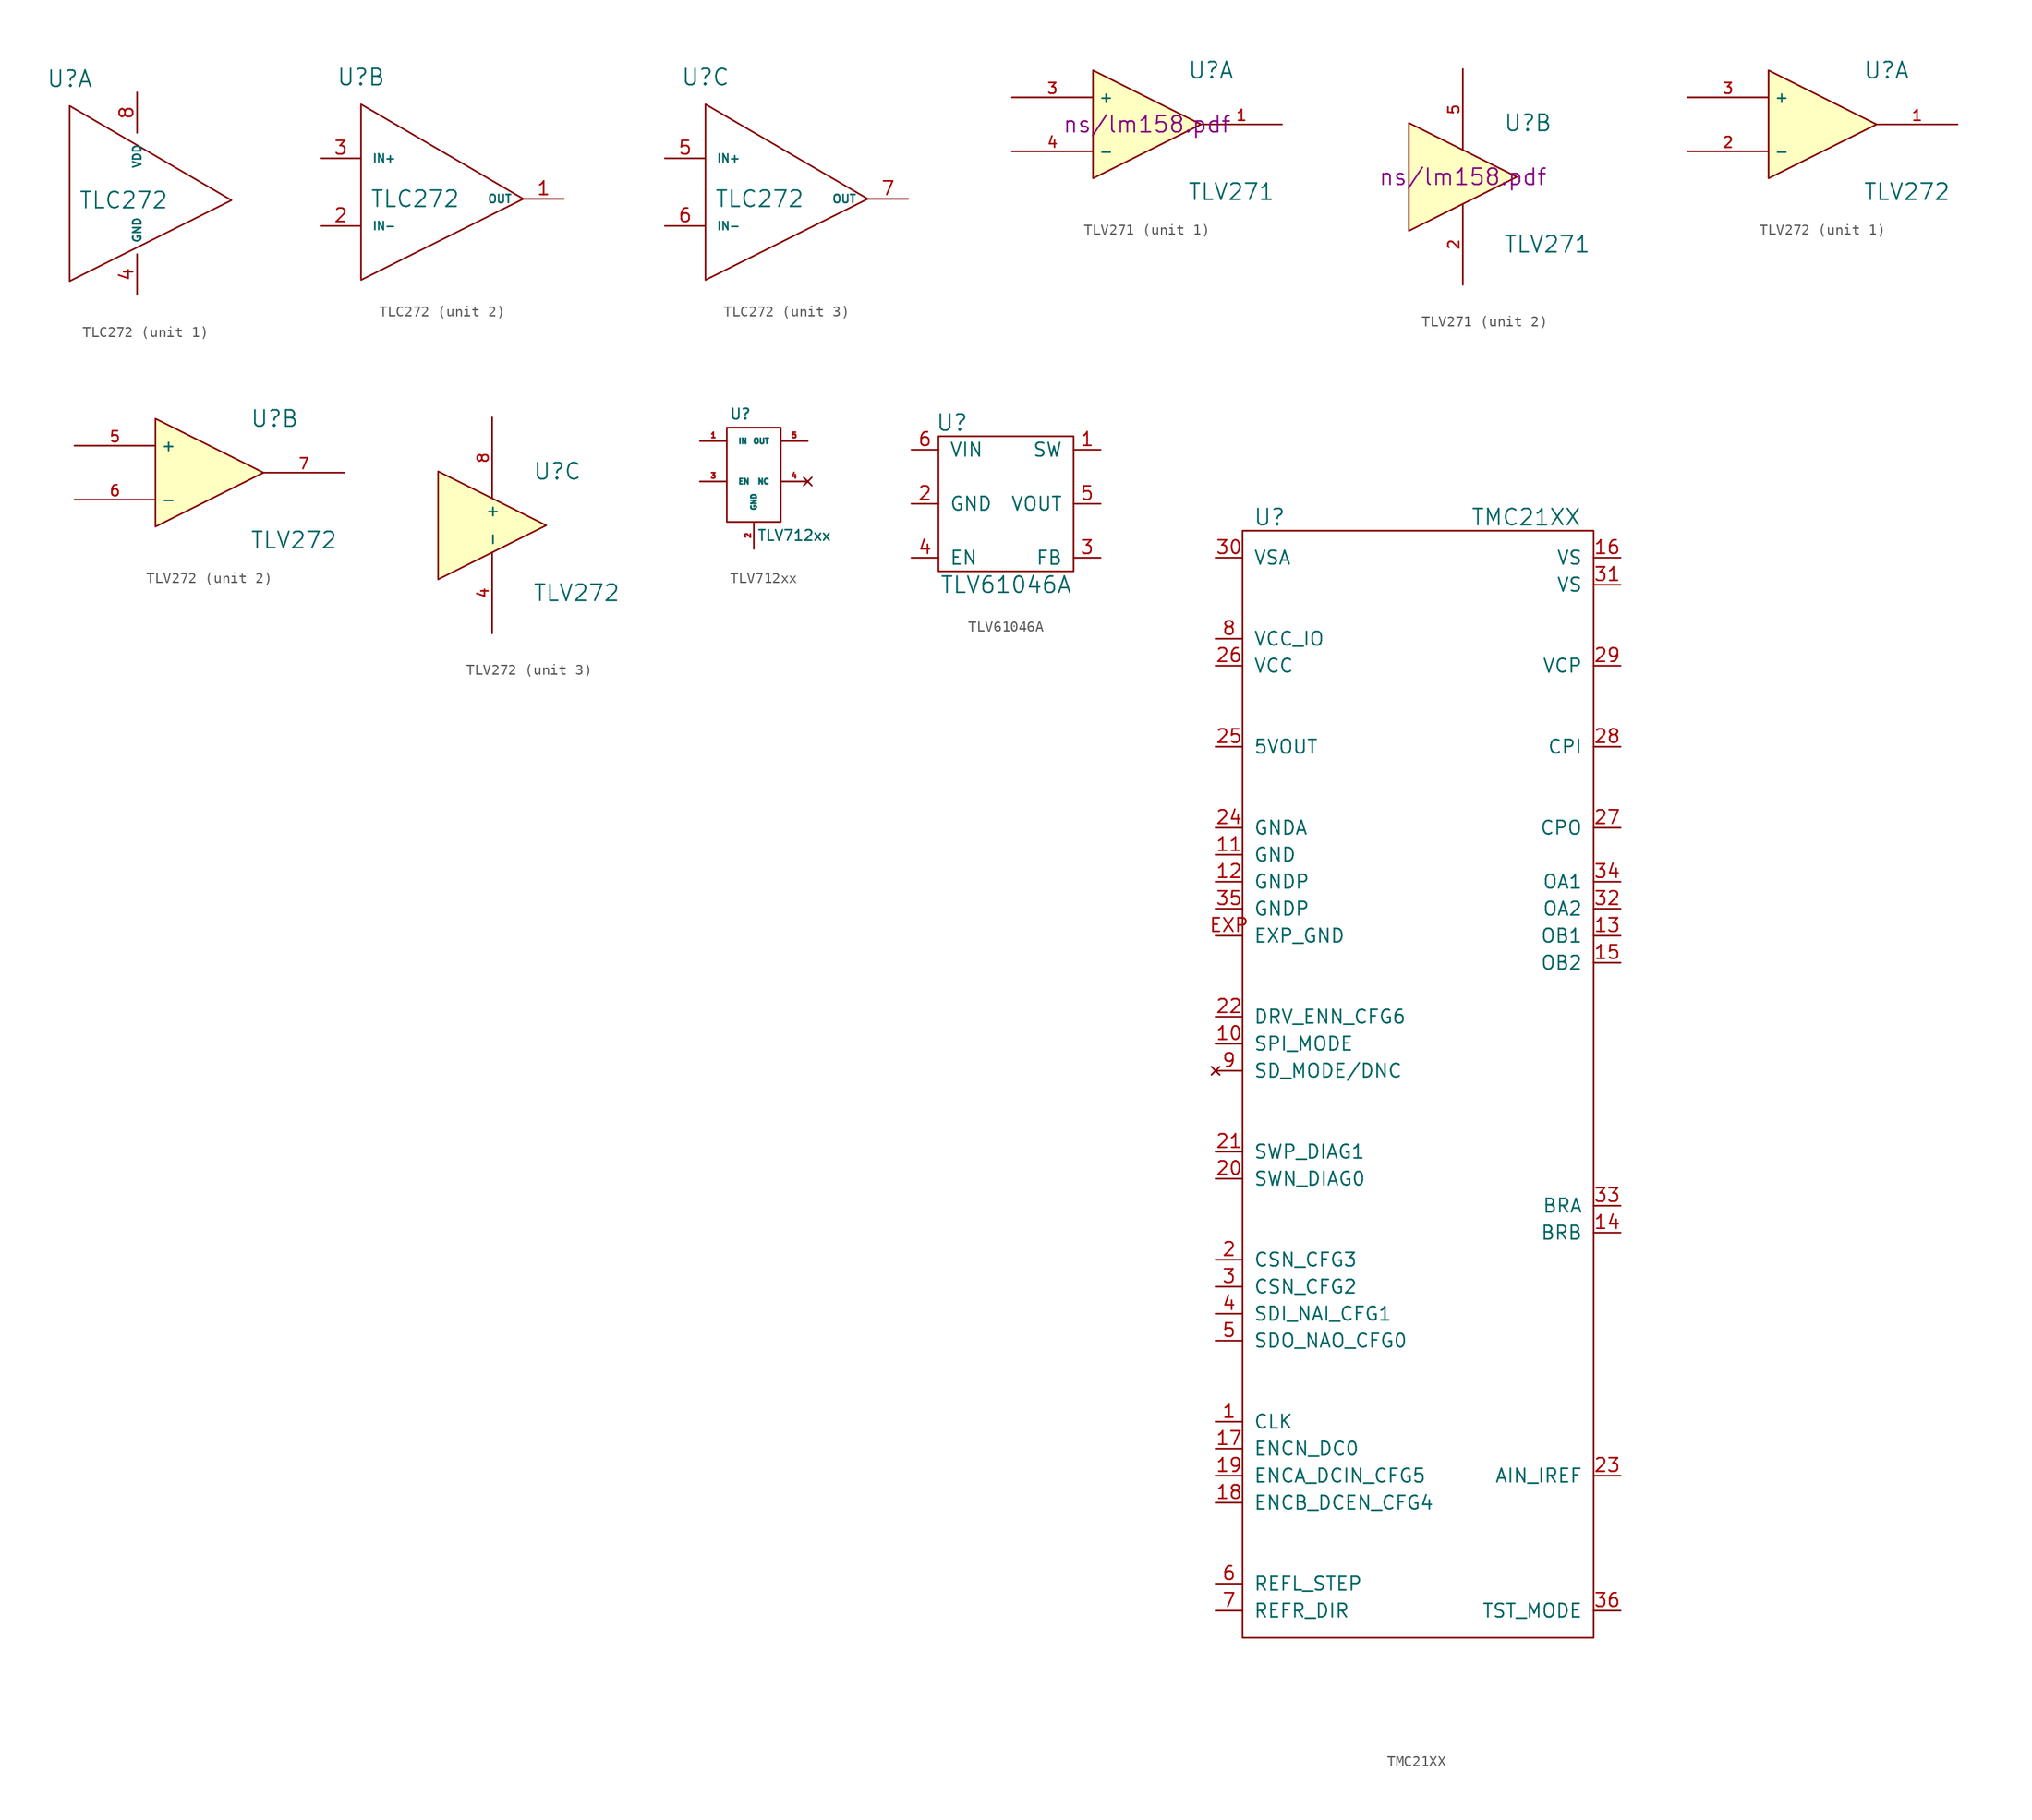
<source format=kicad_sym>
(kicad_symbol_lib
  (version 20211014)
  (generator kicad_symbol_editor)
  (symbol "TLC272"
    (pin_names
      (offset 1.016))
    (property "Reference" "U"
      (at -7.62 11.43 0)
      (effects (font (size 1.524 1.524))))
    (property "Value" "TLC272"
      (at -2.54 0 0)
      (effects (font (size 1.524 1.524))))
    (property "Footprint" ""
      (at 0 0 0)
      (effects (font (size 1.524 1.524))))
    (property "Datasheet" ""
      (at 0 0 0)
      (effects (font (size 1.524 1.524))))
    (symbol "TLC272_0_1"
      (polyline (pts (xy -7.62 8.89) (xy -7.62 -7.62) (xy 7.62 0) (xy -7.62 8.89)) (stroke (width 0) (type default) (color 0 0 0 0)) (fill (type none))))
    (symbol "TLC272_1_1"
      (pin power_in line (at -1.27 -8.89 90) (length 3.81) (name "GND" (effects (font (size 0.762 0.762)))) (number "4" (effects (font (size 1.27 1.27)))))
      (pin power_in line (at -1.27 10.16 270) (length 3.81) (name "VDD" (effects (font (size 0.762 0.762)))) (number "8" (effects (font (size 1.27 1.27))))))
    (symbol "TLC272_2_1"
      (pin output line (at 11.43 0 180) (length 3.81) (name "OUT" (effects (font (size 0.762 0.762)))) (number "1" (effects (font (size 1.27 1.27)))))
      (pin input line (at -11.43 -2.54 0) (length 3.81) (name "IN-" (effects (font (size 0.762 0.762)))) (number "2" (effects (font (size 1.27 1.27)))))
      (pin input line (at -11.43 3.81 0) (length 3.81) (name "IN+" (effects (font (size 0.762 0.762)))) (number "3" (effects (font (size 1.27 1.27))))))
    (symbol "TLC272_3_1"
      (pin input line (at -11.43 3.81 0) (length 3.81) (name "IN+" (effects (font (size 0.762 0.762)))) (number "5" (effects (font (size 1.27 1.27)))))
      (pin input line (at -11.43 -2.54 0) (length 3.81) (name "IN-" (effects (font (size 0.762 0.762)))) (number "6" (effects (font (size 1.27 1.27)))))
      (pin output line (at 11.43 0 180) (length 3.81) (name "OUT" (effects (font (size 0.762 0.762)))) (number "7" (effects (font (size 1.27 1.27)))))))
  (symbol "TLV271"
    (property "Reference" "U"
      (at 3.81 5.08 0)
      (effects (font (size 1.524 1.524)) (justify left)))
    (property "Value" "TLV271"
      (at 3.81 -6.35 0)
      (effects (font (size 1.524 1.524)) (justify left)))
    (property "Footprint" ""
      (at 0 0 0)
      (effects (font (size 1.524 1.524))))
    (property "Datasheet" "ns/lm158.pdf"
      (at 0 0 0)
      (effects (font (size 1.524 1.524))))
    (property "ki_locked" ""
      (at 0 0 0)
      (effects (font (size 1.27 1.27))))
    (symbol "TLV271_0_1"
      (polyline (pts (xy -5.08 5.08) (xy 5.08 0) (xy -5.08 -5.08) (xy -5.08 5.08)) (stroke (width 0.152) (type default) (color 0 0 0 0)) (fill (type background))))
    (symbol "TLV271_1_1"
      (pin output line (at 12.7 0 180) (length 7.62) (name "~" (effects (font (size 1.016 1.016)))) (number "1" (effects (font (size 1.016 1.016)))))
      (pin input line (at -12.7 2.54 0) (length 7.62) (name "+" (effects (font (size 1.016 1.016)))) (number "3" (effects (font (size 1.016 1.016)))))
      (pin input line (at -12.7 -2.54 0) (length 7.62) (name "-" (effects (font (size 1.016 1.016)))) (number "4" (effects (font (size 1.016 1.016))))))
    (symbol "TLV271_2_1"
      (pin passive line (at 0 -10.16 90) (length 7.62) (name "~" (effects (font (size 1.016 1.016)))) (number "2" (effects (font (size 1.016 1.016)))))
      (pin passive line (at 0 10.16 270) (length 7.62) (name "~" (effects (font (size 1.016 1.016)))) (number "5" (effects (font (size 1.016 1.016)))))))
  (symbol "TLV272"
    (property "Reference" "U"
      (at 3.81 5.08 0)
      (effects (font (size 1.524 1.524)) (justify left)))
    (property "Value" "TLV272"
      (at 3.81 -6.35 0)
      (effects (font (size 1.524 1.524)) (justify left)))
    (property "Footprint" ""
      (at 0 0 0)
      (effects (font (size 1.524 1.524))))
    (property "Datasheet" ""
      (at 0 0 0)
      (effects (font (size 1.524 1.524))))
    (property "ki_locked" ""
      (at 0 0 0)
      (effects (font (size 1.27 1.27))))
    (symbol "TLV272_0_1"
      (polyline (pts (xy -5.08 5.08) (xy 5.08 0) (xy -5.08 -5.08) (xy -5.08 5.08)) (stroke (width 0.152) (type default) (color 0 0 0 0)) (fill (type background))))
    (symbol "TLV272_1_1"
      (pin output line (at 12.7 0 180) (length 7.62) (name "~" (effects (font (size 1.016 1.016)))) (number "1" (effects (font (size 1.016 1.016)))))
      (pin input line (at -12.7 -2.54 0) (length 7.62) (name "-" (effects (font (size 1.016 1.016)))) (number "2" (effects (font (size 1.016 1.016)))))
      (pin input line (at -12.7 2.54 0) (length 7.62) (name "+" (effects (font (size 1.016 1.016)))) (number "3" (effects (font (size 1.016 1.016))))))
    (symbol "TLV272_2_1"
      (pin passive line (at -12.7 2.54 0) (length 7.62) (name "+" (effects (font (size 1.016 1.016)))) (number "5" (effects (font (size 1.016 1.016)))))
      (pin passive line (at -12.7 -2.54 0) (length 7.62) (name "-" (effects (font (size 1.016 1.016)))) (number "6" (effects (font (size 1.016 1.016)))))
      (pin passive line (at 12.7 0 180) (length 7.62) (name "~" (effects (font (size 1.016 1.016)))) (number "7" (effects (font (size 1.016 1.016))))))
    (symbol "TLV272_3_1"
      (pin input line (at 0 -10.16 90) (length 7.62) (name "-" (effects (font (size 1.016 1.016)))) (number "4" (effects (font (size 1.016 1.016)))))
      (pin input line (at 0 10.16 270) (length 7.62) (name "+" (effects (font (size 1.016 1.016)))) (number "8" (effects (font (size 1.016 1.016)))))))
  (symbol "TLV712xx"
    (pin_names
      (offset 1.016))
    (property "Reference" "U"
      (at -1.27 6.35 0)
      (effects (font (size 0.991 0.991))))
    (property "Value" "TLV712xx"
      (at 3.81 -5.08 0)
      (effects (font (size 0.991 0.991))))
    (symbol "TLV712xx_0_0"
      (pin passive line (at -5.08 3.81 0) (length 2.54) (name "IN" (effects (font (size 0.508 0.508)))) (number "1" (effects (font (size 0.508 0.508)))))
      (pin passive line (at 0 -6.35 90) (length 2.54) (name "GND" (effects (font (size 0.508 0.508)))) (number "2" (effects (font (size 0.508 0.508)))))
      (pin passive line (at -5.08 0 0) (length 2.54) (name "EN" (effects (font (size 0.508 0.508)))) (number "3" (effects (font (size 0.508 0.508)))))
      (pin no_connect line (at 5.08 0 180) (length 2.54) (name "NC" (effects (font (size 0.508 0.508)))) (number "4" (effects (font (size 0.508 0.508)))))
      (pin passive line (at 5.08 3.81 180) (length 2.54) (name "OUT" (effects (font (size 0.508 0.508)))) (number "5" (effects (font (size 0.508 0.508))))))
    (symbol "TLV712xx_0_1"
      (rectangle (start -2.54 5.08) (end 2.54 -3.81) (stroke (width 0) (type default) (color 0 0 0 0)) (fill (type none)))))
  (symbol "TLV61046A"
    (pin_names
      (offset 1.016))
    (property "Reference" "U"
      (at -5.08 7.62 0)
      (effects (font (size 1.524 1.524))))
    (property "Value" "TLV61046A"
      (at 0 -7.62 0)
      (effects (font (size 1.524 1.524))))
    (symbol "TLV61046A_0_1"
      (rectangle (start -6.35 6.35) (end 6.35 -6.35) (stroke (width 0) (type default) (color 0 0 0 0)) (fill (type none))))
    (symbol "TLV61046A_1_1"
      (pin passive line (at 8.89 5.08 180) (length 2.54) (name "SW" (effects (font (size 1.27 1.27)))) (number "1" (effects (font (size 1.27 1.27)))))
      (pin passive line (at -8.89 0 0) (length 2.54) (name "GND" (effects (font (size 1.27 1.27)))) (number "2" (effects (font (size 1.27 1.27)))))
      (pin passive line (at 8.89 -5.08 180) (length 2.54) (name "FB" (effects (font (size 1.27 1.27)))) (number "3" (effects (font (size 1.27 1.27)))))
      (pin passive line (at -8.89 -5.08 0) (length 2.54) (name "EN" (effects (font (size 1.27 1.27)))) (number "4" (effects (font (size 1.27 1.27)))))
      (pin passive line (at 8.89 0 180) (length 2.54) (name "VOUT" (effects (font (size 1.27 1.27)))) (number "5" (effects (font (size 1.27 1.27)))))
      (pin passive line (at -8.89 5.08 0) (length 2.54) (name "VIN" (effects (font (size 1.27 1.27)))) (number "6" (effects (font (size 1.27 1.27)))))))
  (symbol "TMC21XX"
    (pin_names
      (offset 1.016))
    (property "Reference" "U"
      (at -13.97 53.34 0)
      (effects (font (size 1.524 1.524))))
    (property "Value" "TMC21XX"
      (at 10.16 53.34 0)
      (effects (font (size 1.524 1.524))))
    (property "Footprint" ""
      (at 0 7.62 0)
      (effects (font (size 1.524 1.524))))
    (property "Datasheet" ""
      (at 0 7.62 0)
      (effects (font (size 1.524 1.524))))
    (symbol "TMC21XX_0_1"
      (rectangle (start -16.51 52.07) (end 16.51 -52.07) (stroke (width 0) (type default) (color 0 0 0 0)) (fill (type none))))
    (symbol "TMC21XX_1_1"
      (pin input line (at -19.05 -31.75 0) (length 2.54) (name "CLK" (effects (font (size 1.27 1.27)))) (number "1" (effects (font (size 1.27 1.27)))))
      (pin input line (at -19.05 3.81 0) (length 2.54) (name "SPI_MODE" (effects (font (size 1.27 1.27)))) (number "10" (effects (font (size 1.27 1.27)))))
      (pin input line (at -19.05 21.59 0) (length 2.54) (name "GND" (effects (font (size 1.27 1.27)))) (number "11" (effects (font (size 1.27 1.27)))))
      (pin input line (at -19.05 19.05 0) (length 2.54) (name "GNDP" (effects (font (size 1.27 1.27)))) (number "12" (effects (font (size 1.27 1.27)))))
      (pin input line (at 19.05 13.97 180) (length 2.54) (name "OB1" (effects (font (size 1.27 1.27)))) (number "13" (effects (font (size 1.27 1.27)))))
      (pin input line (at 19.05 -13.97 180) (length 2.54) (name "BRB" (effects (font (size 1.27 1.27)))) (number "14" (effects (font (size 1.27 1.27)))))
      (pin input line (at 19.05 11.43 180) (length 2.54) (name "OB2" (effects (font (size 1.27 1.27)))) (number "15" (effects (font (size 1.27 1.27)))))
      (pin input line (at 19.05 49.53 180) (length 2.54) (name "VS" (effects (font (size 1.27 1.27)))) (number "16" (effects (font (size 1.27 1.27)))))
      (pin input line (at -19.05 -34.29 0) (length 2.54) (name "ENCN_DC0" (effects (font (size 1.27 1.27)))) (number "17" (effects (font (size 1.27 1.27)))))
      (pin input line (at -19.05 -39.37 0) (length 2.54) (name "ENCB_DCEN_CFG4" (effects (font (size 1.27 1.27)))) (number "18" (effects (font (size 1.27 1.27)))))
      (pin input line (at -19.05 -36.83 0) (length 2.54) (name "ENCA_DCIN_CFG5" (effects (font (size 1.27 1.27)))) (number "19" (effects (font (size 1.27 1.27)))))
      (pin input line (at -19.05 -16.51 0) (length 2.54) (name "CSN_CFG3" (effects (font (size 1.27 1.27)))) (number "2" (effects (font (size 1.27 1.27)))))
      (pin input line (at -19.05 -8.89 0) (length 2.54) (name "SWN_DIAG0" (effects (font (size 1.27 1.27)))) (number "20" (effects (font (size 1.27 1.27)))))
      (pin input line (at -19.05 -6.35 0) (length 2.54) (name "SWP_DIAG1" (effects (font (size 1.27 1.27)))) (number "21" (effects (font (size 1.27 1.27)))))
      (pin input line (at -19.05 6.35 0) (length 2.54) (name "DRV_ENN_CFG6" (effects (font (size 1.27 1.27)))) (number "22" (effects (font (size 1.27 1.27)))))
      (pin input line (at 19.05 -36.83 180) (length 2.54) (name "AIN_IREF" (effects (font (size 1.27 1.27)))) (number "23" (effects (font (size 1.27 1.27)))))
      (pin input line (at -19.05 24.13 0) (length 2.54) (name "GNDA" (effects (font (size 1.27 1.27)))) (number "24" (effects (font (size 1.27 1.27)))))
      (pin input line (at -19.05 31.75 0) (length 2.54) (name "5VOUT" (effects (font (size 1.27 1.27)))) (number "25" (effects (font (size 1.27 1.27)))))
      (pin input line (at -19.05 39.37 0) (length 2.54) (name "VCC" (effects (font (size 1.27 1.27)))) (number "26" (effects (font (size 1.27 1.27)))))
      (pin input line (at 19.05 24.13 180) (length 2.54) (name "CPO" (effects (font (size 1.27 1.27)))) (number "27" (effects (font (size 1.27 1.27)))))
      (pin input line (at 19.05 31.75 180) (length 2.54) (name "CPI" (effects (font (size 1.27 1.27)))) (number "28" (effects (font (size 1.27 1.27)))))
      (pin input line (at 19.05 39.37 180) (length 2.54) (name "VCP" (effects (font (size 1.27 1.27)))) (number "29" (effects (font (size 1.27 1.27)))))
      (pin input line (at -19.05 -19.05 0) (length 2.54) (name "CSN_CFG2" (effects (font (size 1.27 1.27)))) (number "3" (effects (font (size 1.27 1.27)))))
      (pin input line (at -19.05 49.53 0) (length 2.54) (name "VSA" (effects (font (size 1.27 1.27)))) (number "30" (effects (font (size 1.27 1.27)))))
      (pin input line (at 19.05 46.99 180) (length 2.54) (name "VS" (effects (font (size 1.27 1.27)))) (number "31" (effects (font (size 1.27 1.27)))))
      (pin input line (at 19.05 16.51 180) (length 2.54) (name "OA2" (effects (font (size 1.27 1.27)))) (number "32" (effects (font (size 1.27 1.27)))))
      (pin input line (at 19.05 -11.43 180) (length 2.54) (name "BRA" (effects (font (size 1.27 1.27)))) (number "33" (effects (font (size 1.27 1.27)))))
      (pin input line (at 19.05 19.05 180) (length 2.54) (name "OA1" (effects (font (size 1.27 1.27)))) (number "34" (effects (font (size 1.27 1.27)))))
      (pin input line (at -19.05 16.51 0) (length 2.54) (name "GNDP" (effects (font (size 1.27 1.27)))) (number "35" (effects (font (size 1.27 1.27)))))
      (pin input line (at 19.05 -49.53 180) (length 2.54) (name "TST_MODE" (effects (font (size 1.27 1.27)))) (number "36" (effects (font (size 1.27 1.27)))))
      (pin input line (at -19.05 -21.59 0) (length 2.54) (name "SDI_NAI_CFG1" (effects (font (size 1.27 1.27)))) (number "4" (effects (font (size 1.27 1.27)))))
      (pin input line (at -19.05 -24.13 0) (length 2.54) (name "SDO_NAO_CFG0" (effects (font (size 1.27 1.27)))) (number "5" (effects (font (size 1.27 1.27)))))
      (pin input line (at -19.05 -46.99 0) (length 2.54) (name "REFL_STEP" (effects (font (size 1.27 1.27)))) (number "6" (effects (font (size 1.27 1.27)))))
      (pin input line (at -19.05 -49.53 0) (length 2.54) (name "REFR_DIR" (effects (font (size 1.27 1.27)))) (number "7" (effects (font (size 1.27 1.27)))))
      (pin input line (at -19.05 41.91 0) (length 2.54) (name "VCC_IO" (effects (font (size 1.27 1.27)))) (number "8" (effects (font (size 1.27 1.27)))))
      (pin no_connect line (at -19.05 1.27 0) (length 2.54) (name "SD_MODE/DNC" (effects (font (size 1.27 1.27)))) (number "9" (effects (font (size 1.27 1.27)))))
      (pin input line (at -19.05 13.97 0) (length 2.54) (name "EXP_GND" (effects (font (size 1.27 1.27)))) (number "EXP" (effects (font (size 1.27 1.27))))))))
</source>
